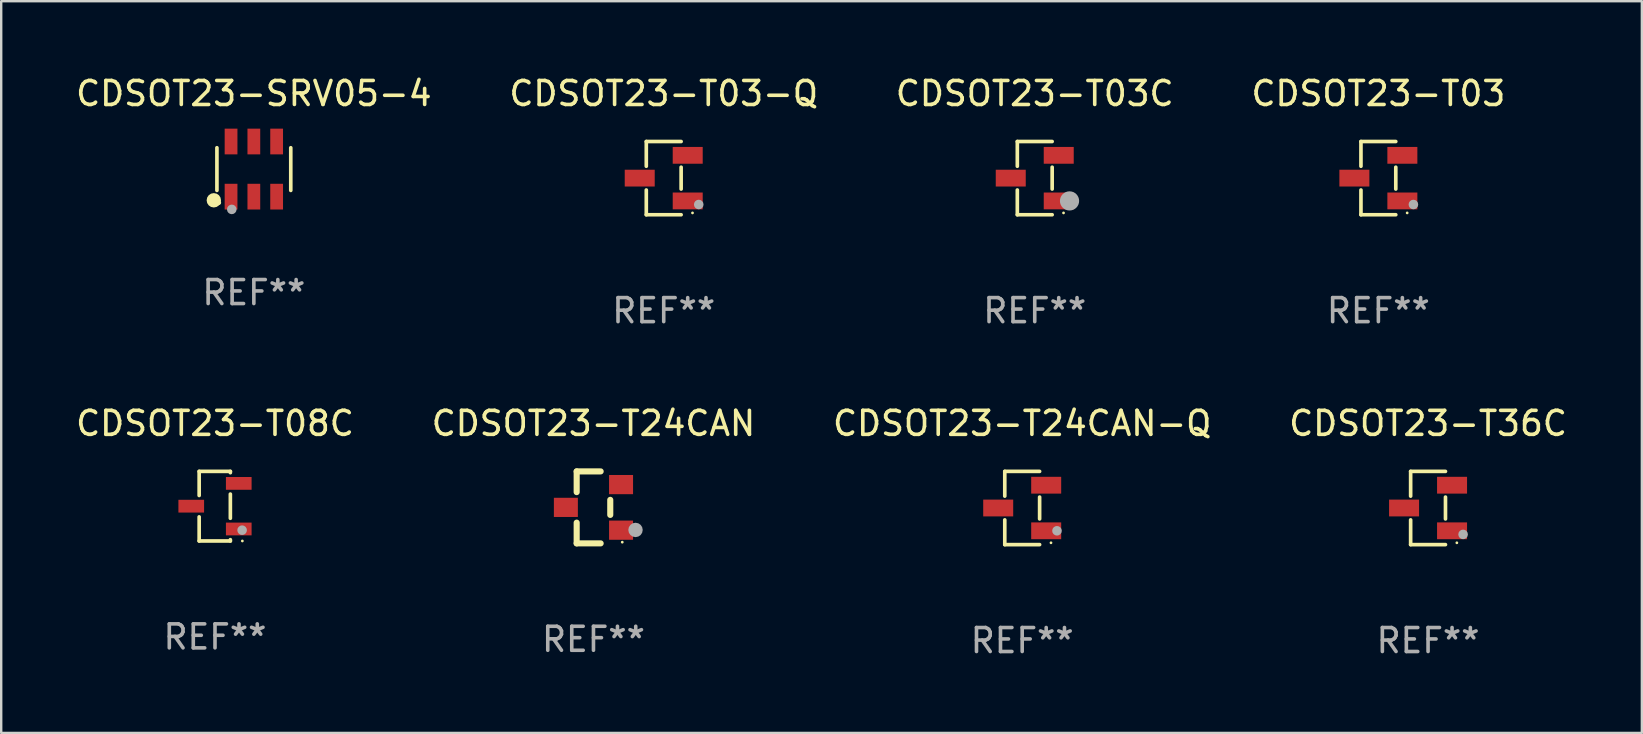
<source format=kicad_pcb>
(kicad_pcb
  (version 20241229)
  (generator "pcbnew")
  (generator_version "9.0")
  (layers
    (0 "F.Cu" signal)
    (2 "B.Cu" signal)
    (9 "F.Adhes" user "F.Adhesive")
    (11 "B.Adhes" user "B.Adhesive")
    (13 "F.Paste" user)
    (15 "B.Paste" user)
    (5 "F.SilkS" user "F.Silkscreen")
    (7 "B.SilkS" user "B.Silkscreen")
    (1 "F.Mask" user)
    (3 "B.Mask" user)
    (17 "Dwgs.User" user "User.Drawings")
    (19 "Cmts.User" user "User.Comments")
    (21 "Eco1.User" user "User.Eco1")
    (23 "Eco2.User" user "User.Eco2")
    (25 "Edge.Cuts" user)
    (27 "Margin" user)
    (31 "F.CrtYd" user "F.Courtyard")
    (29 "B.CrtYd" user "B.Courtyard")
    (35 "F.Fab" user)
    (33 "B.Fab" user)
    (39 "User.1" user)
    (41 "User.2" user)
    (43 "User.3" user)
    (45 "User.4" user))
  (footprint "CDSOT23-T24CAN"
    (layer "F.Cu")
    (at 21.685 18.097)
    (property "Reference" "CDSOT23-T24CAN" (at 0 -3.5 0) (layer "F.SilkS") (effects (font (size 1 1) (thickness 0.15))))
    (attr through_hole)
    (fp_line (start -0.7 -1.5) (end 0.3 -1.5) (stroke (width 0.254) (type solid)) (layer "F.SilkS"))
    (fp_line (start -0.7 -0.636) (end -0.7 -1.5) (stroke (width 0.254) (type solid)) (layer "F.SilkS"))
    (fp_line (start -0.7 1.5) (end -0.7 0.636) (stroke (width 0.254) (type solid)) (layer "F.SilkS"))
    (fp_line (start -0.7 1.5) (end 0.3 1.5) (stroke (width 0.254) (type solid)) (layer "F.SilkS"))
    (fp_line (start 0.7 0.314) (end 0.7 -0.314) (stroke (width 0.254) (type solid)) (layer "F.SilkS"))
    (fp_circle (center 1.2 1.45) (end 1.23 1.45) (stroke (width 0.06) (type solid)) (fill no) (layer "F.SilkS"))
    (fp_circle (center 1.753 0.94) (end 1.903 0.94) (stroke (width 0.3) (type solid)) (fill no) (layer "F.Fab"))
    (fp_text user "REF**" (at 0 5.5 0) (layer "F.Fab") (effects (font (size 1 1) (thickness 0.15))))
    (pad "1" smd rect (at 1.15 0.95 180) (size 1 0.8) (layers "F.Cu" "F.Mask" "F.Paste"))
    (pad "2" smd rect (at 1.15 -0.95 180) (size 1 0.8) (layers "F.Cu" "F.Mask" "F.Paste"))
    (pad "3" smd rect (at -1.15 -0.000051 180) (size 1 0.8) (layers "F.Cu" "F.Mask" "F.Paste")))
  (footprint "CDSOT23-T03C"
    (layer "F.Cu")
    (at 40.077 4.374)
    (property "Reference" "CDSOT23-T03C" (at 0 -3.526 0) (layer "F.SilkS") (effects (font (size 1 1) (thickness 0.15))))
    (attr through_hole)
    (fp_line (start -0.726 -1.526) (end -0.726 -0.495) (stroke (width 0.152) (type solid)) (layer "F.SilkS"))
    (fp_line (start -0.726 1.526) (end -0.726 0.495) (stroke (width 0.152) (type solid)) (layer "F.SilkS"))
    (fp_line (start 0.726 -1.526) (end -0.726 -1.526) (stroke (width 0.152) (type solid)) (layer "F.SilkS"))
    (fp_line (start 0.726 -0.455) (end 0.726 0.455) (stroke (width 0.152) (type solid)) (layer "F.SilkS"))
    (fp_line (start 0.726 1.526) (end -0.726 1.526) (stroke (width 0.152) (type solid)) (layer "F.SilkS"))
    (fp_circle (center 1.2 1.45) (end 1.23 1.45) (stroke (width 0.06) (type solid)) (fill no) (layer "F.SilkS"))
    (fp_circle (center 1.45 0.95) (end 1.65 0.95) (stroke (width 0.4) (type solid)) (fill no) (layer "F.Fab"))
    (fp_text user "REF**" (at 0 5.526 0) (layer "F.Fab") (effects (font (size 1 1) (thickness 0.15))))
    (pad "1" smd rect (at 1 0.95) (size 1.25 0.7) (layers "F.Cu" "F.Mask" "F.Paste"))
    (pad "2" smd rect (at 1 -0.95) (size 1.25 0.7) (layers "F.Cu" "F.Mask" "F.Paste"))
    (pad "3" smd rect (at -1 0.000102) (size 1.25 0.7) (layers "F.Cu" "F.Mask" "F.Paste")))
  (footprint "CDSOT23-SRV05-4"
    (layer "F.Cu")
    (at 7.53 3.997)
    (property "Reference" "CDSOT23-SRV05-4" (at 0 -3.149 0) (layer "F.SilkS") (effects (font (size 1 1) (thickness 0.15))))
    (attr through_hole)
    (fp_line (start -1.539 0.889) (end -1.539 -0.889) (stroke (width 0.152) (type solid)) (layer "F.SilkS"))
    (fp_line (start 1.539 0.889) (end 1.539 -0.889) (stroke (width 0.152) (type solid)) (layer "F.SilkS"))
    (fp_circle (center -1.668 1.301) (end -1.518 1.301) (stroke (width 0.3) (type solid)) (fill no) (layer "F.SilkS"))
    (fp_circle (center -1.463 1.4) (end -1.413 1.4) (stroke (width 0.1) (type solid)) (fill no) (layer "F.SilkS"))
    (fp_circle (center -0.92 1.68) (end -0.82 1.68) (stroke (width 0.2) (type solid)) (fill no) (layer "F.Fab"))
    (fp_text user "REF**" (at 0 5.149 0) (layer "F.Fab") (effects (font (size 1 1) (thickness 0.15))))
    (pad "1" smd rect (at -0.95 1.149) (size 0.532 1.072) (layers "F.Cu" "F.Mask" "F.Paste"))
    (pad "2" smd rect (at 0 1.149) (size 0.532 1.072) (layers "F.Cu" "F.Mask" "F.Paste"))
    (pad "3" smd rect (at 0.95 1.149) (size 0.532 1.072) (layers "F.Cu" "F.Mask" "F.Paste"))
    (pad "4" smd rect (at 0.95 -1.149) (size 0.532 1.072) (layers "F.Cu" "F.Mask" "F.Paste"))
    (pad "5" smd rect (at 0 -1.149) (size 0.532 1.072) (layers "F.Cu" "F.Mask" "F.Paste"))
    (pad "6" smd rect (at -0.95 -1.149) (size 0.532 1.072) (layers "F.Cu" "F.Mask" "F.Paste")))
  (footprint "CDSOT23-T03"
    (layer "F.Cu")
    (at 54.399 4.374)
    (property "Reference" "CDSOT23-T03" (at 0 -3.526 0) (layer "F.SilkS") (effects (font (size 1 1) (thickness 0.15))))
    (attr through_hole)
    (fp_line (start -0.726 -1.526) (end -0.726 -0.495) (stroke (width 0.152) (type solid)) (layer "F.SilkS"))
    (fp_line (start -0.726 1.526) (end -0.726 0.495) (stroke (width 0.152) (type solid)) (layer "F.SilkS"))
    (fp_line (start 0.726 -1.526) (end -0.726 -1.526) (stroke (width 0.152) (type solid)) (layer "F.SilkS"))
    (fp_line (start 0.726 -0.455) (end 0.726 0.455) (stroke (width 0.152) (type solid)) (layer "F.SilkS"))
    (fp_line (start 0.726 1.526) (end -0.726 1.526) (stroke (width 0.152) (type solid)) (layer "F.SilkS"))
    (fp_circle (center 1.2 1.45) (end 1.23 1.45) (stroke (width 0.06) (type solid)) (fill no) (layer "F.SilkS"))
    (fp_circle (center 1.46 1.1) (end 1.56 1.1) (stroke (width 0.2) (type solid)) (fill no) (layer "F.Fab"))
    (fp_text user "REF**" (at 0 5.526 0) (layer "F.Fab") (effects (font (size 1 1) (thickness 0.15))))
    (pad "1" smd rect (at 1 0.95) (size 1.25 0.7) (layers "F.Cu" "F.Mask" "F.Paste"))
    (pad "2" smd rect (at 1 -0.95) (size 1.25 0.7) (layers "F.Cu" "F.Mask" "F.Paste"))
    (pad "3" smd rect (at -1 0) (size 1.25 0.7) (layers "F.Cu" "F.Mask" "F.Paste")))
  (footprint "CDSOT23-T03-Q"
    (layer "F.Cu")
    (at 24.613 4.374)
    (property "Reference" "CDSOT23-T03-Q" (at 0 -3.526 0) (layer "F.SilkS") (effects (font (size 1 1) (thickness 0.15))))
    (attr through_hole)
    (fp_line (start -0.726 -1.526) (end -0.726 -0.495) (stroke (width 0.152) (type solid)) (layer "F.SilkS"))
    (fp_line (start -0.726 1.526) (end -0.726 0.495) (stroke (width 0.152) (type solid)) (layer "F.SilkS"))
    (fp_line (start 0.726 -1.526) (end -0.726 -1.526) (stroke (width 0.152) (type solid)) (layer "F.SilkS"))
    (fp_line (start 0.726 -0.455) (end 0.726 0.455) (stroke (width 0.152) (type solid)) (layer "F.SilkS"))
    (fp_line (start 0.726 1.526) (end -0.726 1.526) (stroke (width 0.152) (type solid)) (layer "F.SilkS"))
    (fp_circle (center 1.2 1.45) (end 1.23 1.45) (stroke (width 0.06) (type solid)) (fill no) (layer "F.SilkS"))
    (fp_circle (center 1.46 1.1) (end 1.56 1.1) (stroke (width 0.2) (type solid)) (fill no) (layer "F.Fab"))
    (fp_text user "REF**" (at 0 5.526 0) (layer "F.Fab") (effects (font (size 1 1) (thickness 0.15))))
    (pad "1" smd rect (at 1 0.95) (size 1.25 0.7) (layers "F.Cu" "F.Mask" "F.Paste"))
    (pad "2" smd rect (at 1 -0.95) (size 1.25 0.7) (layers "F.Cu" "F.Mask" "F.Paste"))
    (pad "3" smd rect (at -1 0) (size 1.25 0.7) (layers "F.Cu" "F.Mask" "F.Paste")))
  (footprint "CDSOT23-T24CAN-Q"
    (layer "F.Cu")
    (at 39.554 18.123)
    (property "Reference" "CDSOT23-T24CAN-Q" (at 0 -3.526 0) (layer "F.SilkS") (effects (font (size 1 1) (thickness 0.15))))
    (attr through_hole)
    (fp_line (start -0.726 -1.526) (end -0.726 -0.495) (stroke (width 0.152) (type solid)) (layer "F.SilkS"))
    (fp_line (start -0.726 1.526) (end -0.726 0.495) (stroke (width 0.152) (type solid)) (layer "F.SilkS"))
    (fp_line (start 0.726 -1.526) (end -0.726 -1.526) (stroke (width 0.152) (type solid)) (layer "F.SilkS"))
    (fp_line (start 0.726 -0.455) (end 0.726 0.455) (stroke (width 0.152) (type solid)) (layer "F.SilkS"))
    (fp_line (start 0.726 1.526) (end -0.726 1.526) (stroke (width 0.152) (type solid)) (layer "F.SilkS"))
    (fp_circle (center 1.2 1.45) (end 1.23 1.45) (stroke (width 0.06) (type solid)) (fill no) (layer "F.SilkS"))
    (fp_circle (center 1.45 0.95) (end 1.55 0.95) (stroke (width 0.2) (type solid)) (fill no) (layer "F.Fab"))
    (fp_text user "REF**" (at 0 5.526 0) (layer "F.Fab") (effects (font (size 1 1) (thickness 0.15))))
    (pad "1" smd rect (at 1 0.95) (size 1.25 0.7) (layers "F.Cu" "F.Mask" "F.Paste"))
    (pad "2" smd rect (at 1 -0.95) (size 1.25 0.7) (layers "F.Cu" "F.Mask" "F.Paste"))
    (pad "3" smd rect (at -1 0) (size 1.25 0.7) (layers "F.Cu" "F.Mask" "F.Paste")))
  (footprint "CDSOT23-T36C"
    (layer "F.Cu")
    (at 56.47 18.123)
    (property "Reference" "CDSOT23-T36C" (at 0 -3.526 0) (layer "F.SilkS") (effects (font (size 1 1) (thickness 0.15))))
    (attr through_hole)
    (fp_line (start -0.726 -1.526) (end -0.726 -0.495) (stroke (width 0.152) (type solid)) (layer "F.SilkS"))
    (fp_line (start -0.726 1.526) (end -0.726 0.495) (stroke (width 0.152) (type solid)) (layer "F.SilkS"))
    (fp_line (start 0.726 -1.526) (end -0.726 -1.526) (stroke (width 0.152) (type solid)) (layer "F.SilkS"))
    (fp_line (start 0.726 -0.455) (end 0.726 0.455) (stroke (width 0.152) (type solid)) (layer "F.SilkS"))
    (fp_line (start 0.726 1.526) (end -0.726 1.526) (stroke (width 0.152) (type solid)) (layer "F.SilkS"))
    (fp_circle (center 1.2 1.45) (end 1.23 1.45) (stroke (width 0.06) (type solid)) (fill no) (layer "F.SilkS"))
    (fp_circle (center 1.46 1.1) (end 1.56 1.1) (stroke (width 0.2) (type solid)) (fill no) (layer "F.Fab"))
    (fp_text user "REF**" (at 0 5.526 0) (layer "F.Fab") (effects (font (size 1 1) (thickness 0.15))))
    (pad "1" smd rect (at 1 0.95) (size 1.25 0.7) (layers "F.Cu" "F.Mask" "F.Paste"))
    (pad "2" smd rect (at 1 -0.95) (size 1.25 0.7) (layers "F.Cu" "F.Mask" "F.Paste"))
    (pad "3" smd rect (at -1 0) (size 1.25 0.7) (layers "F.Cu" "F.Mask" "F.Paste")))
  (footprint "CDSOT23-T08C"
    (layer "F.Cu")
    (at 5.911 18.047)
    (property "Reference" "CDSOT23-T08C" (at 0 -3.45 0) (layer "F.SilkS") (effects (font (size 1 1) (thickness 0.15))))
    (attr through_hole)
    (fp_line (start -0.66 -1.45) (end -0.66 -0.446) (stroke (width 0.152) (type solid)) (layer "F.SilkS"))
    (fp_line (start -0.66 0.446) (end -0.66 1.45) (stroke (width 0.152) (type solid)) (layer "F.SilkS"))
    (fp_line (start -0.66 1.45) (end 0.64 1.45) (stroke (width 0.152) (type solid)) (layer "F.SilkS"))
    (fp_line (start 0.64 -1.45) (end -0.66 -1.45) (stroke (width 0.152) (type solid)) (layer "F.SilkS"))
    (fp_line (start 0.64 -1.396) (end 0.64 -1.45) (stroke (width 0.152) (type solid)) (layer "F.SilkS"))
    (fp_line (start 0.64 0.504) (end 0.64 -0.504) (stroke (width 0.152) (type solid)) (layer "F.SilkS"))
    (fp_line (start 0.64 1.45) (end 0.64 1.396) (stroke (width 0.152) (type solid)) (layer "F.SilkS"))
    (fp_circle (center 1.14 1.45) (end 1.17 1.45) (stroke (width 0.06) (type solid)) (fill no) (layer "F.SilkS"))
    (fp_circle (center 1.13 1) (end 1.23 1) (stroke (width 0.2) (type solid)) (fill no) (layer "F.Fab"))
    (fp_text user "REF**" (at 0 5.45 0) (layer "F.Fab") (effects (font (size 1 1) (thickness 0.15))))
    (pad "1" smd rect (at 0.99 0.95) (size 1.07 0.532) (layers "F.Cu" "F.Mask" "F.Paste"))
    (pad "2" smd rect (at 0.99 -0.95) (size 1.07 0.532) (layers "F.Cu" "F.Mask" "F.Paste"))
    (pad "3" smd rect (at -0.99 -0.000013) (size 1.07 0.532) (layers "F.Cu" "F.Mask" "F.Paste")))
  (gr_rect
    (start -3 -3)
    (end 65.381 27.498)
    (stroke (width 0.1) (type default))
    (fill no)
    (layer "Edge.Cuts")))
</source>
